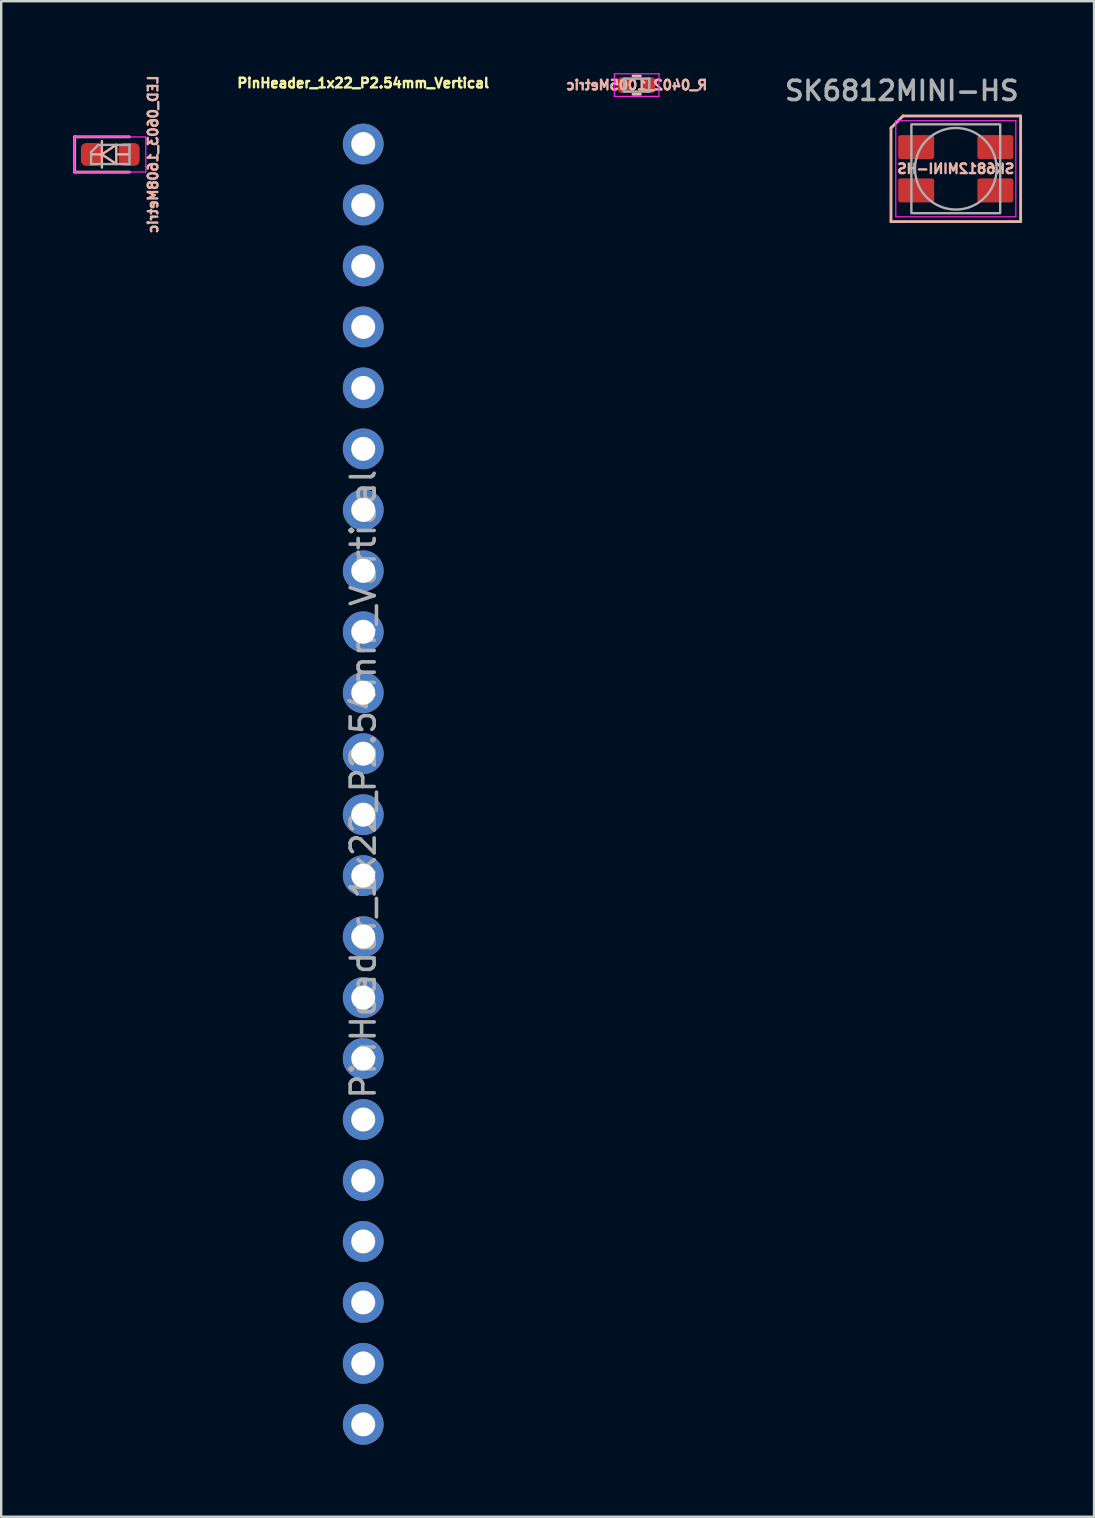
<source format=kicad_pcb>
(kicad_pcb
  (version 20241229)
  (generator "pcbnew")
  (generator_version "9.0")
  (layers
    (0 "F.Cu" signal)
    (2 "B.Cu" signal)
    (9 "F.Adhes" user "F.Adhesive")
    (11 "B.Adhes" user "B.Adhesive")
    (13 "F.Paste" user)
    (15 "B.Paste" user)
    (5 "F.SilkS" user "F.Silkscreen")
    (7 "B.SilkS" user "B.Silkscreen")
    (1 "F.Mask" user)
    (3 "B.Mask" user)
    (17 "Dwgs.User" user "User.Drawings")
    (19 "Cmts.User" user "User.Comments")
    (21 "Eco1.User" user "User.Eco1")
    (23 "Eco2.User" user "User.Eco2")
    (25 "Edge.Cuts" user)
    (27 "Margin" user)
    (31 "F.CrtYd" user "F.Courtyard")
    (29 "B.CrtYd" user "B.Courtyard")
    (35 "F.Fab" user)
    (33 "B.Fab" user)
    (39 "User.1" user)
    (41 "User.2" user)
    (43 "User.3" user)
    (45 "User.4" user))
  (footprint "R_0402_1005Metric"
    (layer "F.Cu")
    (at 23.474 0.495)
    (property "Reference" "R_0402_1005Metric" (at 0 0 0) (layer "B.SilkS") (effects (font (size 0.4 0.4) (thickness 0.1)) (justify mirror)))
    (attr smd)
    (fp_line (start -0.154 -0.38) (end 0.154 -0.38) (stroke (width 0.12) (type solid)) (layer "B.SilkS"))
    (fp_line (start -0.154 0.38) (end 0.154 0.38) (stroke (width 0.12) (type solid)) (layer "B.SilkS"))
    (fp_line (start -0.93 -0.47) (end 0.93 -0.47) (stroke (width 0.05) (type solid)) (layer "F.CrtYd"))
    (fp_line (start -0.93 0.47) (end -0.93 -0.47) (stroke (width 0.05) (type solid)) (layer "F.CrtYd"))
    (fp_line (start 0.93 -0.47) (end 0.93 0.47) (stroke (width 0.05) (type solid)) (layer "F.CrtYd"))
    (fp_line (start 0.93 0.47) (end -0.93 0.47) (stroke (width 0.05) (type solid)) (layer "F.CrtYd"))
    (fp_line (start -0.525 -0.27) (end 0.525 -0.27) (stroke (width 0.1) (type solid)) (layer "F.Fab"))
    (fp_line (start -0.525 0.27) (end -0.525 -0.27) (stroke (width 0.1) (type solid)) (layer "F.Fab"))
    (fp_line (start 0.525 -0.27) (end 0.525 0.27) (stroke (width 0.1) (type solid)) (layer "F.Fab"))
    (fp_line (start 0.525 0.27) (end -0.525 0.27) (stroke (width 0.1) (type solid)) (layer "F.Fab"))
    (pad "1" smd roundrect (at -0.51 0) (size 0.54 0.64) (layers "F.Cu" "F.Mask" "F.Paste") (roundrect_rratio 0.25))
    (pad "2" smd roundrect (at 0.51 0) (size 0.54 0.64) (layers "F.Cu" "F.Mask" "F.Paste") (roundrect_rratio 0.25)))
  (footprint "SK6812MINI-HS"
    (layer "F.Cu")
    (at 36.769 3.981)
    (property "Reference" "SK6812MINI-HS" (at 0 0 0) (layer "B.SilkS") (effects (font (size 0.4 0.4) (thickness 0.1)) (justify mirror)))
    (attr smd)
    (fp_line (start -2.7 -1.7) (end -2.2 -2.2) (stroke (width 0.12) (type default)) (layer "B.SilkS"))
    (fp_line (start -2.7 2.2) (end -2.7 -1.7) (stroke (width 0.12) (type default)) (layer "B.SilkS"))
    (fp_line (start -2.7 2.2) (end 2.7 2.2) (stroke (width 0.12) (type default)) (layer "B.SilkS"))
    (fp_line (start -2.2 -2.2) (end 2.7 -2.2) (stroke (width 0.12) (type default)) (layer "B.SilkS"))
    (fp_line (start 2.7 2.2) (end 2.7 -2.2) (stroke (width 0.12) (type default)) (layer "B.SilkS"))
    (fp_line (start -2.5 -2) (end -2.5 2) (stroke (width 0.05) (type solid)) (layer "F.CrtYd"))
    (fp_line (start -2.5 2) (end 2.5 2) (stroke (width 0.05) (type solid)) (layer "F.CrtYd"))
    (fp_line (start 2.5 -2) (end -2.5 -2) (stroke (width 0.05) (type solid)) (layer "F.CrtYd"))
    (fp_line (start 2.5 2) (end 2.5 -2) (stroke (width 0.05) (type solid)) (layer "F.CrtYd"))
    (fp_rect (start -1.85 -1.85) (end 1.85 1.85) (stroke (width 0.1) (type default)) (fill no) (layer "F.Fab"))
    (fp_circle (center 0 0) (end 1.7 0) (stroke (width 0.1) (type solid)) (fill no) (layer "F.Fab"))
    (fp_text user "${REFERENCE}" (at -2.25 -3.25 0) (layer "F.Fab") (effects (font (size 0.8 0.8) (thickness 0.15))))
    (pad "1" smd roundrect (at -1.65 -0.9) (size 1.5 1) (layers "F.Cu" "F.Mask" "F.Paste") (roundrect_rratio 0.1))
    (pad "2" smd roundrect (at -1.65 0.9) (size 1.5 1) (layers "F.Cu" "F.Mask" "F.Paste") (roundrect_rratio 0.1))
    (pad "3" smd roundrect (at 1.65 0.9) (size 1.5 1) (layers "F.Cu" "F.Mask" "F.Paste") (roundrect_rratio 0.1))
    (pad "4" smd roundrect (at 1.65 -0.9) (size 1.5 1) (layers "F.Cu" "F.Mask" "F.Paste") (roundrect_rratio 0.1)))
  (footprint "LED_0603_1608Metric"
    (layer "F.Cu")
    (at 1.545 3.386)
    (property "Reference" "LED_0603_1608Metric" (at 1.78 0 90) (layer "B.SilkS") (effects (font (size 0.4 0.4) (thickness 0.1)) (justify mirror)))
    (attr smd)
    (fp_line (start -1.485 -0.735) (end -1.485 0.735) (stroke (width 0.12) (type solid)) (layer "B.SilkS"))
    (fp_line (start -1.485 0.735) (end 0.8 0.735) (stroke (width 0.12) (type solid)) (layer "B.SilkS"))
    (fp_line (start -0.75 -0.005) (end -0.35 -0.005) (stroke (width 0.1) (type solid)) (layer "B.SilkS"))
    (fp_line (start -0.35 -0.005) (end -0.35 -0.555) (stroke (width 0.1) (type solid)) (layer "B.SilkS"))
    (fp_line (start -0.35 -0.005) (end -0.35 0.545) (stroke (width 0.1) (type solid)) (layer "B.SilkS"))
    (fp_line (start -0.35 -0.005) (end 0.25 -0.405) (stroke (width 0.1) (type solid)) (layer "B.SilkS"))
    (fp_line (start 0.25 -0.405) (end 0.25 0.395) (stroke (width 0.1) (type solid)) (layer "B.SilkS"))
    (fp_line (start 0.25 -0.005) (end 0.75 -0.005) (stroke (width 0.1) (type solid)) (layer "B.SilkS"))
    (fp_line (start 0.25 0.395) (end -0.35 -0.005) (stroke (width 0.1) (type solid)) (layer "B.SilkS"))
    (fp_line (start 0.8 -0.735) (end -1.485 -0.735) (stroke (width 0.12) (type solid)) (layer "B.SilkS"))
    (fp_line (start -1.48 -0.73) (end 1.48 -0.73) (stroke (width 0.05) (type solid)) (layer "F.CrtYd"))
    (fp_line (start -1.48 0.73) (end -1.48 -0.73) (stroke (width 0.05) (type solid)) (layer "F.CrtYd"))
    (fp_line (start 1.48 -0.73) (end 1.48 0.73) (stroke (width 0.05) (type solid)) (layer "F.CrtYd"))
    (fp_line (start 1.48 0.73) (end -1.48 0.73) (stroke (width 0.05) (type solid)) (layer "F.CrtYd"))
    (fp_line (start -0.8 -0.1) (end -0.8 0.4) (stroke (width 0.1) (type solid)) (layer "F.Fab"))
    (fp_line (start -0.8 0.4) (end 0.8 0.4) (stroke (width 0.1) (type solid)) (layer "F.Fab"))
    (fp_line (start -0.5 -0.4) (end -0.8 -0.1) (stroke (width 0.1) (type solid)) (layer "F.Fab"))
    (fp_line (start 0.8 -0.4) (end -0.5 -0.4) (stroke (width 0.1) (type solid)) (layer "F.Fab"))
    (fp_line (start 0.8 0.4) (end 0.8 -0.4) (stroke (width 0.1) (type solid)) (layer "F.Fab"))
    (pad "1" smd roundrect (at -0.787 0) (size 0.875 0.95) (layers "F.Cu" "F.Mask" "F.Paste") (roundrect_rratio 0.25))
    (pad "2" smd roundrect (at 0.787 0) (size 0.875 0.95) (layers "F.Cu" "F.Mask" "F.Paste") (roundrect_rratio 0.25)))
  (footprint "PinHeader_1x22_P2.54mm_Vertical"
    (layer "F.Cu")
    (at 12.083 2.95)
    (property "Reference" "PinHeader_1x22_P2.54mm_Vertical" (at 0 -2.54 0) (layer "F.SilkS") (effects (font (size 0.4 0.4) (thickness 0.1))))
    (attr through_hole)
    (fp_text user "${REFERENCE}" (at 0 26.67 90) (layer "F.Fab") (effects (font (size 1 1) (thickness 0.15))))
    (pad "1" thru_hole circle (at 0 0) (size 1.7 1.7) (drill 1) (layers "*.Cu" "*.Mask"))
    (pad "2" thru_hole circle (at 0 2.54) (size 1.7 1.7) (drill 1) (layers "*.Cu" "*.Mask"))
    (pad "3" thru_hole circle (at 0 5.08) (size 1.7 1.7) (drill 1) (layers "*.Cu" "*.Mask"))
    (pad "4" thru_hole circle (at 0 7.62) (size 1.7 1.7) (drill 1) (layers "*.Cu" "*.Mask"))
    (pad "5" thru_hole circle (at 0 10.16) (size 1.7 1.7) (drill 1) (layers "*.Cu" "*.Mask"))
    (pad "6" thru_hole circle (at 0 12.7) (size 1.7 1.7) (drill 1) (layers "*.Cu" "*.Mask"))
    (pad "7" thru_hole circle (at 0 15.24) (size 1.7 1.7) (drill 1) (layers "*.Cu" "*.Mask"))
    (pad "8" thru_hole circle (at 0 17.78) (size 1.7 1.7) (drill 1) (layers "*.Cu" "*.Mask"))
    (pad "9" thru_hole circle (at 0 20.32) (size 1.7 1.7) (drill 1) (layers "*.Cu" "*.Mask"))
    (pad "10" thru_hole circle (at 0 22.86) (size 1.7 1.7) (drill 1) (layers "*.Cu" "*.Mask"))
    (pad "11" thru_hole circle (at 0 25.4) (size 1.7 1.7) (drill 1) (layers "*.Cu" "*.Mask"))
    (pad "12" thru_hole circle (at 0 27.94) (size 1.7 1.7) (drill 1) (layers "*.Cu" "*.Mask"))
    (pad "13" thru_hole circle (at 0 30.48) (size 1.7 1.7) (drill 1) (layers "*.Cu" "*.Mask"))
    (pad "14" thru_hole circle (at 0 33.02) (size 1.7 1.7) (drill 1) (layers "*.Cu" "*.Mask"))
    (pad "15" thru_hole circle (at 0 35.56) (size 1.7 1.7) (drill 1) (layers "*.Cu" "*.Mask"))
    (pad "16" thru_hole circle (at 0 38.1) (size 1.7 1.7) (drill 1) (layers "*.Cu" "*.Mask"))
    (pad "17" thru_hole circle (at 0 40.64) (size 1.7 1.7) (drill 1) (layers "*.Cu" "*.Mask"))
    (pad "18" thru_hole circle (at 0 43.18) (size 1.7 1.7) (drill 1) (layers "*.Cu" "*.Mask"))
    (pad "19" thru_hole circle (at 0 45.72) (size 1.7 1.7) (drill 1) (layers "*.Cu" "*.Mask"))
    (pad "20" thru_hole circle (at 0 48.26) (size 1.7 1.7) (drill 1) (layers "*.Cu" "*.Mask"))
    (pad "21" thru_hole circle (at 0 50.8) (size 1.7 1.7) (drill 1) (layers "*.Cu" "*.Mask"))
    (pad "22" thru_hole circle (at 0 53.34) (size 1.7 1.7) (drill 1) (layers "*.Cu" "*.Mask")))
  (gr_rect
    (start -3 -3)
    (end 42.529 60.139)
    (stroke (width 0.1) (type default))
    (fill no)
    (layer "Edge.Cuts")))
</source>
